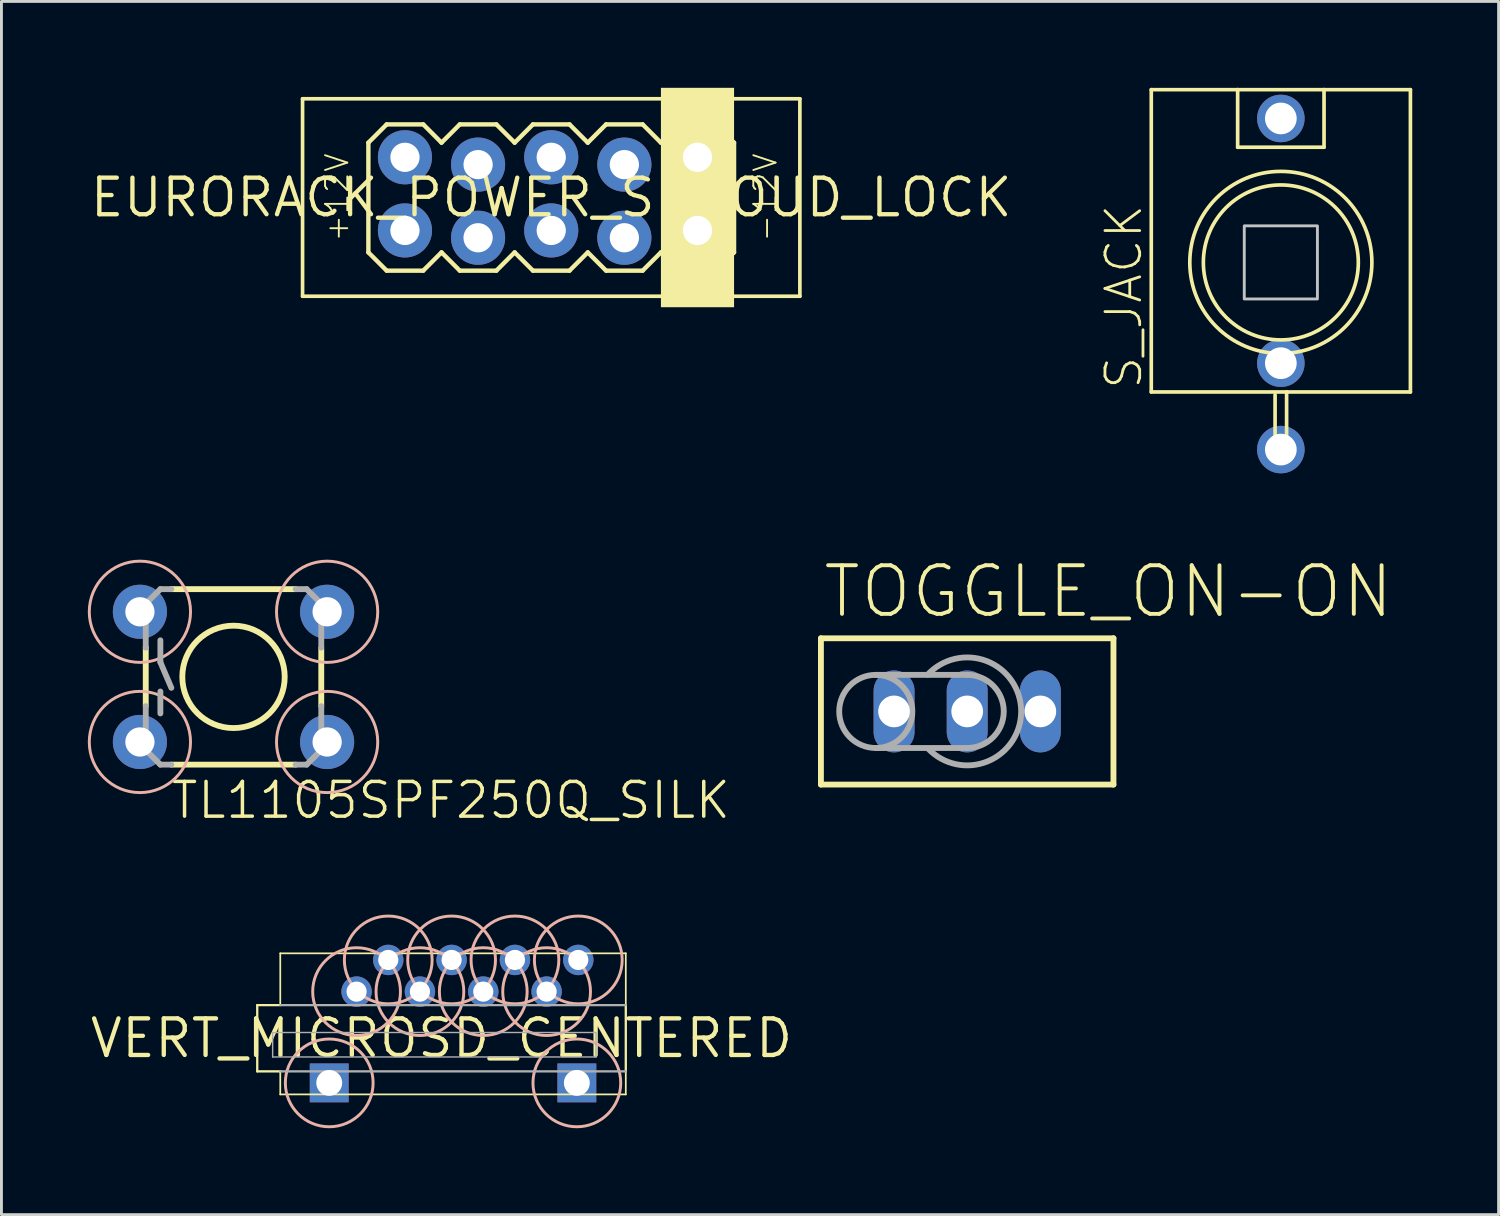
<source format=kicad_pcb>
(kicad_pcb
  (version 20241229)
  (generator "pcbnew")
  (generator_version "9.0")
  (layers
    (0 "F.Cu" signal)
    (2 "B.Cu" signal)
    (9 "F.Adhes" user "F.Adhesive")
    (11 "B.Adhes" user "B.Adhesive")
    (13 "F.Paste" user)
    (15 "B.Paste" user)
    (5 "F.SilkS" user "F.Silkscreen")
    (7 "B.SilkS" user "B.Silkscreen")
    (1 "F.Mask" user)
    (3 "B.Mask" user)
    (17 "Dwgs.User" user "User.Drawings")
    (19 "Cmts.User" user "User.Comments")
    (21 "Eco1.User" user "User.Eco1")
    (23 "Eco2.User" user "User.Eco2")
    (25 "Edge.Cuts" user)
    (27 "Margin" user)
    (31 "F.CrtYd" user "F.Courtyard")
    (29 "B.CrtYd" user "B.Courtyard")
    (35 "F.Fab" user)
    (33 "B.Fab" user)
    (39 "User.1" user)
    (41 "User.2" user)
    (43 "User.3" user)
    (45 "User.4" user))
  (footprint "TOGGLE_ON-ON"
    (layer "F.Cu")
    (at 30.541 21.658)
    (property "Reference" "TOGGLE_ON-ON" (at -5.08 -3.175 0) (layer "F.SilkS") (effects (font (size 1.689 1.689) (thickness 0.135)) (justify left bottom)))
    (attr through_hole)
    (fp_line (start -5.08 -2.54) (end 5.08 -2.54) (stroke (width 0.203) (type solid)) (layer "F.SilkS"))
    (fp_line (start -5.08 2.54) (end -5.08 -2.54) (stroke (width 0.203) (type solid)) (layer "F.SilkS"))
    (fp_line (start 5.08 -2.54) (end 5.08 2.54) (stroke (width 0.203) (type solid)) (layer "F.SilkS"))
    (fp_line (start 5.08 2.54) (end -5.08 2.54) (stroke (width 0.203) (type solid)) (layer "F.SilkS"))
    (fp_line (start -3.175 -1.27) (end 0 -1.27) (stroke (width 0.203) (type solid)) (layer "F.Fab"))
    (fp_line (start -3.175 1.27) (end 0 1.27) (stroke (width 0.203) (type solid)) (layer "F.Fab"))
    (fp_arc (start -1.375 -1.275) (mid 1.874583 -0.018928) (end -1.35 1.3) (stroke (width 0.2032) (type solid)) (layer "F.Fab"))
    (fp_arc (start 0 -1.27) (mid 1.27 0) (end 0 1.27) (stroke (width 0.2032) (type solid)) (layer "F.Fab"))
    (fp_circle (center -3.175 0) (end -1.905 0) (stroke (width 0.203) (type solid)) (fill no) (layer "F.Fab"))
    (pad "1" thru_hole oval (at -2.54 0 90) (size 2.845 1.422) (drill 1.1) (layers "*.Cu" "*.Mask"))
    (pad "2" thru_hole oval (at 0 0 90) (size 2.845 1.422) (drill 1.1) (layers "*.Cu" "*.Mask"))
    (pad "3" thru_hole oval (at 2.54 0 90) (size 2.845 1.422) (drill 1.1) (layers "*.Cu" "*.Mask")))
  (footprint "VERT_MICROSD_CENTERED"
    (layer "F.Cu")
    (at 12.284 33.009)
    (property "Reference" "VERT_MICROSD_CENTERED" (at 0 0 0) (layer "F.SilkS") (effects (font (size 1.27 1.27) (thickness 0.15))))
    (attr through_hole)
    (fp_line (start -6.4 -1.15) (end -5.6 -1.15) (stroke (width 0.08) (type solid)) (layer "F.SilkS"))
    (fp_line (start -6.4 1.15) (end -6.4 -1.15) (stroke (width 0.08) (type solid)) (layer "F.SilkS"))
    (fp_line (start -5.6 -2.95) (end 6.4 -2.95) (stroke (width 0.06) (type solid)) (layer "F.SilkS"))
    (fp_line (start -5.6 -1.15) (end -5.6 -2.95) (stroke (width 0.06) (type solid)) (layer "F.SilkS"))
    (fp_line (start -5.6 1.15) (end -6.4 1.15) (stroke (width 0.08) (type solid)) (layer "F.SilkS"))
    (fp_line (start -5.6 1.15) (end -5.6 1.95) (stroke (width 0.06) (type solid)) (layer "F.SilkS"))
    (fp_line (start -5.6 1.95) (end 6.4 1.95) (stroke (width 0.06) (type solid)) (layer "F.SilkS"))
    (fp_line (start 6.4 -2.95) (end 6.4 -1.15) (stroke (width 0.06) (type solid)) (layer "F.SilkS"))
    (fp_line (start 6.4 -1.15) (end 6.4 1.15) (stroke (width 0.08) (type solid)) (layer "F.SilkS"))
    (fp_line (start 6.4 1.95) (end 6.4 1.15) (stroke (width 0.06) (type solid)) (layer "F.SilkS"))
    (fp_circle (center -3.9 1.55) (end -2.376 1.55) (stroke (width 0.102) (type solid)) (fill no) (layer "B.SilkS"))
    (fp_circle (center -2.95 -1.62) (end -1.426 -1.62) (stroke (width 0.102) (type solid)) (fill no) (layer "B.SilkS"))
    (fp_circle (center -1.85 -2.72) (end -0.326 -2.72) (stroke (width 0.102) (type solid)) (fill no) (layer "B.SilkS"))
    (fp_circle (center -0.75 -1.62) (end 0.774 -1.62) (stroke (width 0.102) (type solid)) (fill no) (layer "B.SilkS"))
    (fp_circle (center 0.35 -2.72) (end 1.874 -2.72) (stroke (width 0.102) (type solid)) (fill no) (layer "B.SilkS"))
    (fp_circle (center 1.45 -1.62) (end 2.974 -1.62) (stroke (width 0.102) (type solid)) (fill no) (layer "B.SilkS"))
    (fp_circle (center 2.55 -2.72) (end 4.074 -2.72) (stroke (width 0.102) (type solid)) (fill no) (layer "B.SilkS"))
    (fp_circle (center 3.65 -1.62) (end 5.174 -1.62) (stroke (width 0.102) (type solid)) (fill no) (layer "B.SilkS"))
    (fp_circle (center 4.7 1.55) (end 6.224 1.55) (stroke (width 0.102) (type solid)) (fill no) (layer "B.SilkS"))
    (fp_circle (center 4.75 -2.72) (end 6.274 -2.72) (stroke (width 0.102) (type solid)) (fill no) (layer "B.SilkS"))
    (fp_line (start -5.865 -0.2) (end 5.365 -0.2) (stroke (width 0.05) (type solid)) (layer "F.Fab"))
    (fp_line (start -5.865 0.65) (end -5.865 -0.2) (stroke (width 0.05) (type solid)) (layer "F.Fab"))
    (fp_line (start -5.6 -1.15) (end 6.4 -1.15) (stroke (width 0.08) (type solid)) (layer "F.Fab"))
    (fp_line (start 5.365 -0.2) (end 5.365 0.65) (stroke (width 0.05) (type solid)) (layer "F.Fab"))
    (fp_line (start 5.365 0.65) (end -5.865 0.65) (stroke (width 0.05) (type solid)) (layer "F.Fab"))
    (fp_line (start 6.4 1.15) (end -5.6 1.15) (stroke (width 0.08) (type solid)) (layer "F.Fab"))
    (pad "GND1" thru_hole rect (at -3.9 1.55) (size 1.35 1.35) (drill 0.9) (layers "*.Cu" "*.Mask"))
    (pad "GND2" thru_hole rect (at 4.7 1.55) (size 1.35 1.35) (drill 0.9) (layers "*.Cu" "*.Mask"))
    (pad "P$1" thru_hole circle (at -2.95 -1.62) (size 1.056 1.056) (drill 0.7) (layers "*.Cu" "*.Mask"))
    (pad "P$2" thru_hole circle (at -1.85 -2.72) (size 1.056 1.056) (drill 0.7) (layers "*.Cu" "*.Mask"))
    (pad "P$3" thru_hole circle (at -0.75 -1.62) (size 1.056 1.056) (drill 0.7) (layers "*.Cu" "*.Mask"))
    (pad "P$4" thru_hole circle (at 0.35 -2.72) (size 1.056 1.056) (drill 0.7) (layers "*.Cu" "*.Mask"))
    (pad "P$5" thru_hole circle (at 1.45 -1.62) (size 1.056 1.056) (drill 0.7) (layers "*.Cu" "*.Mask"))
    (pad "P$6" thru_hole circle (at 2.55 -2.72) (size 1.056 1.056) (drill 0.7) (layers "*.Cu" "*.Mask"))
    (pad "P$7" thru_hole circle (at 3.65 -1.62) (size 1.056 1.056) (drill 0.7) (layers "*.Cu" "*.Mask"))
    (pad "P$8" thru_hole circle (at 4.75 -2.72) (size 1.056 1.056) (drill 0.7) (layers "*.Cu" "*.Mask")))
  (footprint "TL1105SPF250Q_SILK"
    (layer "F.Cu")
    (at 5.06 20.458)
    (property "Reference" "TL1105SPF250Q_SILK" (at -2.24 4.99 180) (layer "F.SilkS") (effects (font (size 1.206 1.206) (thickness 0.121)) (justify left bottom)))
    (attr through_hole)
    (fp_line (start -3.048 -1.028) (end -3.048 1.016) (stroke (width 0.203) (type solid)) (layer "F.SilkS"))
    (fp_line (start -2.159 3.048) (end 2.159 3.048) (stroke (width 0.203) (type solid)) (layer "F.SilkS"))
    (fp_line (start 2.159 -3.048) (end -2.159 -3.048) (stroke (width 0.203) (type solid)) (layer "F.SilkS"))
    (fp_line (start 3.048 -0.998) (end 3.048 1.016) (stroke (width 0.203) (type solid)) (layer "F.SilkS"))
    (fp_circle (center 0 0) (end 1.778 0) (stroke (width 0.203) (type solid)) (fill no) (layer "F.SilkS"))
    (fp_circle (center -3.251 -2.261) (end -1.493 -2.261) (stroke (width 0.102) (type solid)) (fill no) (layer "B.SilkS"))
    (fp_circle (center -3.251 2.261) (end -1.493 2.261) (stroke (width 0.102) (type solid)) (fill no) (layer "B.SilkS"))
    (fp_circle (center 3.251 -2.261) (end 5.009 -2.261) (stroke (width 0.102) (type solid)) (fill no) (layer "B.SilkS"))
    (fp_circle (center 3.251 2.261) (end 5.009 2.261) (stroke (width 0.102) (type solid)) (fill no) (layer "B.SilkS"))
    (fp_line (start -3.048 -2.54) (end -3.048 -1.016) (stroke (width 0.203) (type solid)) (layer "F.Fab"))
    (fp_line (start -3.048 2.54) (end -3.048 1.016) (stroke (width 0.203) (type solid)) (layer "F.Fab"))
    (fp_line (start -2.54 -3.048) (end -3.048 -2.54) (stroke (width 0.203) (type solid)) (layer "F.Fab"))
    (fp_line (start -2.54 -3.048) (end -2.159 -3.048) (stroke (width 0.203) (type solid)) (layer "F.Fab"))
    (fp_line (start -2.54 -1.27) (end -2.54 -0.508) (stroke (width 0.203) (type solid)) (layer "F.Fab"))
    (fp_line (start -2.54 -0.508) (end -2.159 0.381) (stroke (width 0.203) (type solid)) (layer "F.Fab"))
    (fp_line (start -2.54 0.508) (end -2.54 1.27) (stroke (width 0.203) (type solid)) (layer "F.Fab"))
    (fp_line (start -2.54 3.048) (end -3.048 2.54) (stroke (width 0.203) (type solid)) (layer "F.Fab"))
    (fp_line (start -2.54 3.048) (end -2.159 3.048) (stroke (width 0.203) (type solid)) (layer "F.Fab"))
    (fp_line (start 2.54 -3.048) (end 2.159 -3.048) (stroke (width 0.203) (type solid)) (layer "F.Fab"))
    (fp_line (start 2.54 3.048) (end 2.159 3.048) (stroke (width 0.203) (type solid)) (layer "F.Fab"))
    (fp_line (start 2.54 3.048) (end 3.048 2.54) (stroke (width 0.203) (type solid)) (layer "F.Fab"))
    (fp_line (start 3.048 -2.54) (end 2.54 -3.048) (stroke (width 0.203) (type solid)) (layer "F.Fab"))
    (fp_line (start 3.048 -1.016) (end 3.048 -2.54) (stroke (width 0.203) (type solid)) (layer "F.Fab"))
    (fp_line (start 3.048 2.54) (end 3.048 1.016) (stroke (width 0.203) (type solid)) (layer "F.Fab"))
    (pad "1" thru_hole circle (at -3.251 -2.261) (size 1.88 1.88) (drill 1.016) (layers "*.Cu" "*.Mask"))
    (pad "2" thru_hole circle (at 3.251 -2.261) (size 1.88 1.88) (drill 1.016) (layers "*.Cu" "*.Mask"))
    (pad "3" thru_hole circle (at -3.251 2.261) (size 1.88 1.88) (drill 1.016) (layers "*.Cu" "*.Mask"))
    (pad "4" thru_hole circle (at 3.251 2.261) (size 1.88 1.88) (drill 1.016) (layers "*.Cu" "*.Mask")))
  (footprint "S_JACK"
    (layer "F.Cu")
    (at 41.434 6.064)
    (property "Reference" "S_JACK" (at -4.75 4.47 90) (layer "F.SilkS") (effects (font (size 1.206 1.206) (thickness 0.097)) (justify left bottom)))
    (attr through_hole)
    (fp_line (start -4.5 -6) (end -4.5 4.5) (stroke (width 0.127) (type solid)) (layer "F.SilkS"))
    (fp_line (start -4.5 -6) (end -1.5 -6) (stroke (width 0.127) (type solid)) (layer "F.SilkS"))
    (fp_line (start -4.5 4.5) (end 0.2 4.5) (stroke (width 0.127) (type solid)) (layer "F.SilkS"))
    (fp_line (start -1.5 -6) (end -1.5 -4) (stroke (width 0.127) (type solid)) (layer "F.SilkS"))
    (fp_line (start -1.5 -6) (end 1.5 -6) (stroke (width 0.127) (type solid)) (layer "F.SilkS"))
    (fp_line (start -1.5 -4) (end 1.5 -4) (stroke (width 0.127) (type solid)) (layer "F.SilkS"))
    (fp_line (start -0.2 4.6) (end -0.2 6.7) (stroke (width 0.127) (type solid)) (layer "F.SilkS"))
    (fp_line (start -0.2 6.7) (end 0.2 6.7) (stroke (width 0.127) (type solid)) (layer "F.SilkS"))
    (fp_line (start 0.2 4.5) (end 4.5 4.5) (stroke (width 0.127) (type solid)) (layer "F.SilkS"))
    (fp_line (start 0.2 6.7) (end 0.2 4.5) (stroke (width 0.127) (type solid)) (layer "F.SilkS"))
    (fp_line (start 1.5 -6) (end 4.5 -6) (stroke (width 0.127) (type solid)) (layer "F.SilkS"))
    (fp_line (start 1.5 -4) (end 1.5 -6) (stroke (width 0.127) (type solid)) (layer "F.SilkS"))
    (fp_line (start 4.5 4.5) (end 4.5 -6) (stroke (width 0.127) (type solid)) (layer "F.SilkS"))
    (fp_circle (center 0 0) (end 2.691 0) (stroke (width 0.127) (type solid)) (fill no) (layer "F.SilkS"))
    (fp_circle (center 0 0) (end 3.162 0) (stroke (width 0.127) (type solid)) (fill no) (layer "F.SilkS"))
    (fp_poly (pts (xy -1.27 1.27) (xy 1.27 1.27) (xy 1.27 -1.27) (xy -1.27 -1.27)) (stroke (width 0.1) (type solid)) (fill no) (layer "Dwgs.User"))
    (pad "GND" thru_hole circle (at 0 6.5) (size 1.65 1.65) (drill 1.1) (layers "*.Cu" "*.Mask"))
    (pad "NORM" thru_hole circle (at 0 3.5) (size 1.65 1.65) (drill 1.1) (layers "*.Cu" "*.Mask"))
    (pad "TIP" thru_hole circle (at 0 -5) (size 1.65 1.65) (drill 1.1) (layers "*.Cu" "*.Mask")))
  (footprint "EURORACK_POWER_SHROUD_LOCK"
    (layer "F.Cu")
    (at 16.094 3.81)
    (property "Reference" "EURORACK_POWER_SHROUD_LOCK" (at 0 0 0) (layer "F.SilkS") (effects (font (size 1.27 1.27) (thickness 0.15))))
    (attr through_hole)
    (fp_line (start -8.636 -3.429) (end 8.636 -3.429) (stroke (width 0.127) (type solid)) (layer "F.SilkS"))
    (fp_line (start -8.636 3.429) (end -8.636 -3.429) (stroke (width 0.127) (type solid)) (layer "F.SilkS"))
    (fp_line (start -6.35 -1.905) (end -6.35 1.905) (stroke (width 0.152) (type solid)) (layer "F.SilkS"))
    (fp_line (start -6.35 1.905) (end -5.715 2.54) (stroke (width 0.152) (type solid)) (layer "F.SilkS"))
    (fp_line (start -5.715 -2.54) (end -6.35 -1.905) (stroke (width 0.152) (type solid)) (layer "F.SilkS"))
    (fp_line (start -5.715 -2.54) (end -4.445 -2.54) (stroke (width 0.152) (type solid)) (layer "F.SilkS"))
    (fp_line (start -4.445 -2.54) (end -3.81 -1.905) (stroke (width 0.152) (type solid)) (layer "F.SilkS"))
    (fp_line (start -4.445 2.54) (end -5.715 2.54) (stroke (width 0.152) (type solid)) (layer "F.SilkS"))
    (fp_line (start -3.81 -1.905) (end -3.175 -2.54) (stroke (width 0.152) (type solid)) (layer "F.SilkS"))
    (fp_line (start -3.81 1.905) (end -4.445 2.54) (stroke (width 0.152) (type solid)) (layer "F.SilkS"))
    (fp_line (start -3.175 -2.54) (end -1.905 -2.54) (stroke (width 0.152) (type solid)) (layer "F.SilkS"))
    (fp_line (start -3.175 2.54) (end -3.81 1.905) (stroke (width 0.152) (type solid)) (layer "F.SilkS"))
    (fp_line (start -1.905 -2.54) (end -1.27 -1.905) (stroke (width 0.152) (type solid)) (layer "F.SilkS"))
    (fp_line (start -1.905 2.54) (end -3.175 2.54) (stroke (width 0.152) (type solid)) (layer "F.SilkS"))
    (fp_line (start -1.27 -1.905) (end -0.635 -2.54) (stroke (width 0.152) (type solid)) (layer "F.SilkS"))
    (fp_line (start -1.27 1.905) (end -1.905 2.54) (stroke (width 0.152) (type solid)) (layer "F.SilkS"))
    (fp_line (start -0.635 -2.54) (end 0.635 -2.54) (stroke (width 0.152) (type solid)) (layer "F.SilkS"))
    (fp_line (start -0.635 2.54) (end -1.27 1.905) (stroke (width 0.152) (type solid)) (layer "F.SilkS"))
    (fp_line (start 0.635 -2.54) (end 1.27 -1.905) (stroke (width 0.152) (type solid)) (layer "F.SilkS"))
    (fp_line (start 0.635 2.54) (end -0.635 2.54) (stroke (width 0.152) (type solid)) (layer "F.SilkS"))
    (fp_line (start 1.27 1.905) (end 0.635 2.54) (stroke (width 0.152) (type solid)) (layer "F.SilkS"))
    (fp_line (start 1.27 1.905) (end 1.905 2.54) (stroke (width 0.152) (type solid)) (layer "F.SilkS"))
    (fp_line (start 1.905 -2.54) (end 1.27 -1.905) (stroke (width 0.152) (type solid)) (layer "F.SilkS"))
    (fp_line (start 1.905 -2.54) (end 3.175 -2.54) (stroke (width 0.152) (type solid)) (layer "F.SilkS"))
    (fp_line (start 3.175 -2.54) (end 3.81 -1.905) (stroke (width 0.152) (type solid)) (layer "F.SilkS"))
    (fp_line (start 3.175 2.54) (end 1.905 2.54) (stroke (width 0.152) (type solid)) (layer "F.SilkS"))
    (fp_line (start 3.81 -1.905) (end 4.445 -2.54) (stroke (width 0.152) (type solid)) (layer "F.SilkS"))
    (fp_line (start 3.81 1.905) (end 3.175 2.54) (stroke (width 0.152) (type solid)) (layer "F.SilkS"))
    (fp_line (start 4.445 -2.54) (end 5.715 -2.54) (stroke (width 0.152) (type solid)) (layer "F.SilkS"))
    (fp_line (start 4.445 2.54) (end 3.81 1.905) (stroke (width 0.152) (type solid)) (layer "F.SilkS"))
    (fp_line (start 5.715 -2.54) (end 6.35 -1.905) (stroke (width 0.152) (type solid)) (layer "F.SilkS"))
    (fp_line (start 5.715 2.54) (end 4.445 2.54) (stroke (width 0.152) (type solid)) (layer "F.SilkS"))
    (fp_line (start 6.35 -1.905) (end 6.35 1.905) (stroke (width 0.152) (type solid)) (layer "F.SilkS"))
    (fp_line (start 6.35 1.905) (end 5.715 2.54) (stroke (width 0.152) (type solid)) (layer "F.SilkS"))
    (fp_line (start 8.636 -3.429) (end 8.636 3.429) (stroke (width 0.127) (type solid)) (layer "F.SilkS"))
    (fp_line (start 8.636 3.429) (end -8.636 3.429) (stroke (width 0.127) (type solid)) (layer "F.SilkS"))
    (fp_poly (pts (xy 3.81 3.81) (xy 6.35 3.81) (xy 6.35 -3.81) (xy 3.81 -3.81)) (stroke (width 0) (type solid)) (fill yes) (layer "F.SilkS"))
    (fp_text user "+12V" (at -6.985 0 90) (layer "F.SilkS") (effects (font (size 0.772 0.772) (thickness 0.065)) (justify bottom)))
    (fp_text user "-12V" (at 6.985 0 90) (layer "F.SilkS") (effects (font (size 0.772 0.772) (thickness 0.065)) (justify top)))
    (pad "GND1" thru_hole circle (at -2.54 -1.143) (size 1.88 1.88) (drill 1.016) (layers "*.Cu" "*.Mask"))
    (pad "GND2" thru_hole circle (at -2.54 1.397) (size 1.88 1.88) (drill 1.016) (layers "*.Cu" "*.Mask"))
    (pad "GND3" thru_hole circle (at 0 -1.397) (size 1.88 1.88) (drill 1.016) (layers "*.Cu" "*.Mask"))
    (pad "GND4" thru_hole circle (at 0 1.143) (size 1.88 1.88) (drill 1.016) (layers "*.Cu" "*.Mask"))
    (pad "GND5" thru_hole circle (at 2.54 -1.143) (size 1.88 1.88) (drill 1.016) (layers "*.Cu" "*.Mask"))
    (pad "GND6" thru_hole circle (at 2.54 1.397) (size 1.88 1.88) (drill 1.016) (layers "*.Cu" "*.Mask"))
    (pad "NEG1" thru_hole circle (at 5.08 -1.397) (size 1.88 1.88) (drill 1.016) (layers "*.Cu" "*.Mask"))
    (pad "NEG2" thru_hole circle (at 5.08 1.143) (size 1.88 1.88) (drill 1.016) (layers "*.Cu" "*.Mask"))
    (pad "POS1" thru_hole circle (at -5.08 -1.397) (size 1.88 1.88) (drill 1.016) (layers "*.Cu" "*.Mask"))
    (pad "POS2" thru_hole circle (at -5.08 1.143) (size 1.88 1.88) (drill 1.016) (layers "*.Cu" "*.Mask")))
  (gr_rect
    (start -3 -3)
    (end 48.997 39.134)
    (stroke (width 0.1) (type default))
    (fill no)
    (layer "Edge.Cuts")))
</source>
